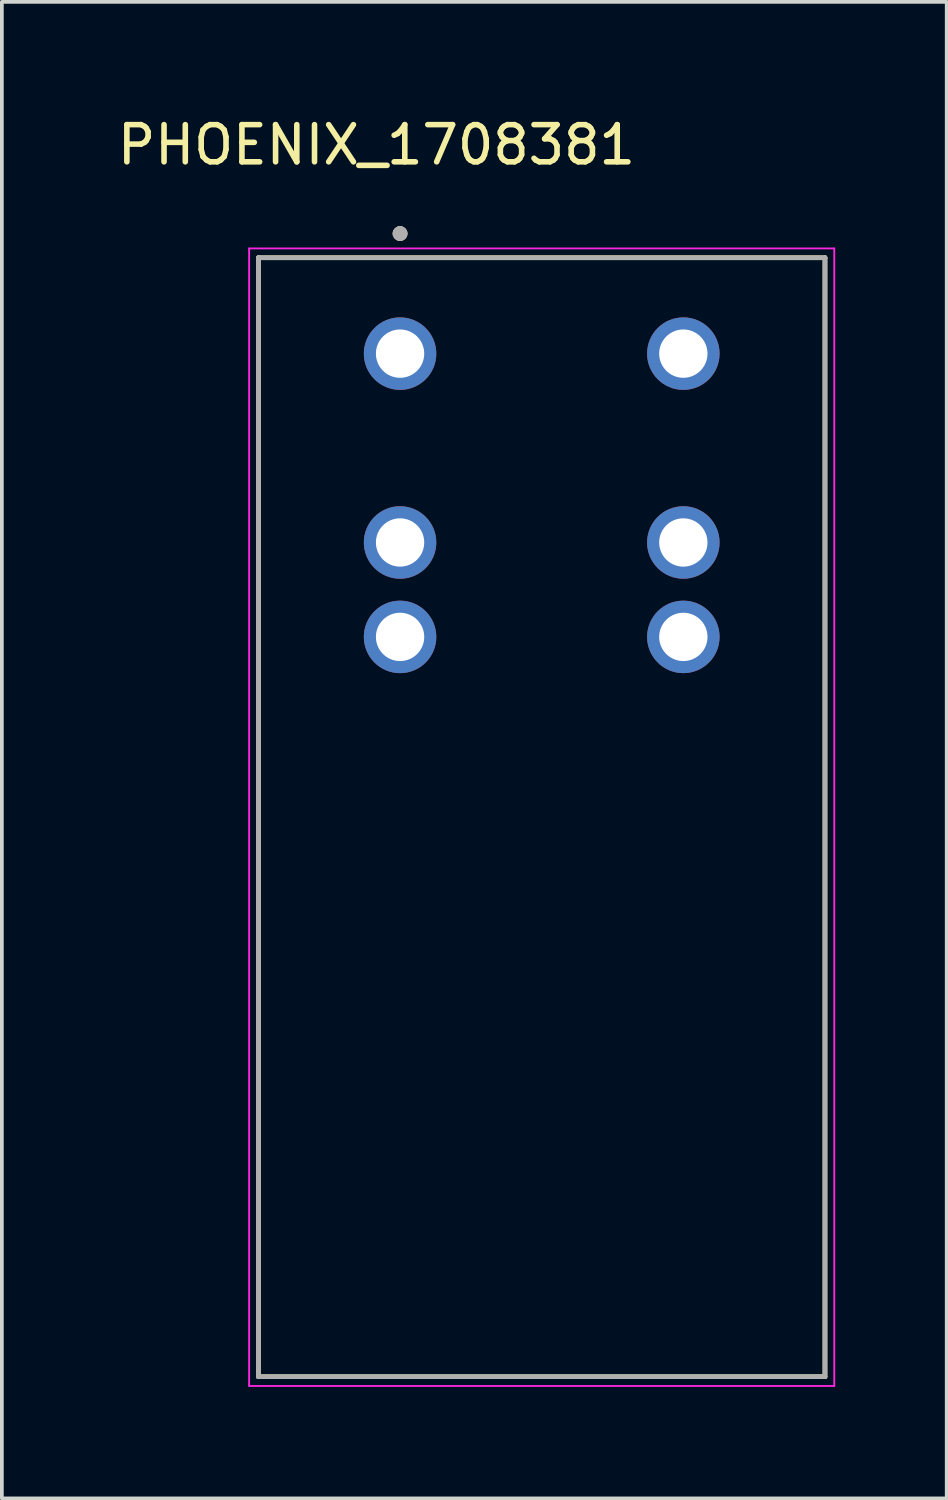
<source format=kicad_pcb>
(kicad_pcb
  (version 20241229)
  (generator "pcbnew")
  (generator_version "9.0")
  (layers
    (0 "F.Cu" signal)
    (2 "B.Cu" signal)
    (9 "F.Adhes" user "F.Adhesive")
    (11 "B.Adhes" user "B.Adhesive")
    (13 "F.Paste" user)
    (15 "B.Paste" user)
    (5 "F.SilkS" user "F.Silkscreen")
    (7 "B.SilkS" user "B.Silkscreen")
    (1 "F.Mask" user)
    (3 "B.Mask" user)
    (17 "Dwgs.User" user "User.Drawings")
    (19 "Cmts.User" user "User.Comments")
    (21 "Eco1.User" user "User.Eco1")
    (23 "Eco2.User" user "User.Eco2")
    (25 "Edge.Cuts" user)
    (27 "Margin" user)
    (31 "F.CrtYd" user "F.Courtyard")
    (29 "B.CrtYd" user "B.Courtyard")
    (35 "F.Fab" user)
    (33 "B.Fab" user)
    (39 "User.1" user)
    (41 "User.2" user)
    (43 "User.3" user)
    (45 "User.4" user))
  (footprint "PHOENIX_1708381"
    (layer "F.Cu")
    (at 3.902 33.983)
    (property "Reference" "PHOENIX_1708381" (at 3.175 -33.135 0) (layer "F.SilkS") (effects (font (size 1 1) (thickness 0.15))))
    (attr through_hole)
    (fp_line (start 0 -30.1) (end 0 0) (stroke (width 0.127) (type solid)) (layer "F.SilkS"))
    (fp_line (start 0 0) (end 15.24 0) (stroke (width 0.127) (type solid)) (layer "F.SilkS"))
    (fp_line (start 15.24 -30.1) (end 0 -30.1) (stroke (width 0.127) (type solid)) (layer "F.SilkS"))
    (fp_line (start 15.24 0) (end 15.24 -30.1) (stroke (width 0.127) (type solid)) (layer "F.SilkS"))
    (fp_circle (center 3.81 -30.75) (end 3.91 -30.75) (stroke (width 0.2) (type solid)) (fill no) (layer "F.SilkS"))
    (fp_line (start -0.25 -30.35) (end -0.25 0.25) (stroke (width 0.05) (type solid)) (layer "F.CrtYd"))
    (fp_line (start -0.25 0.25) (end 15.49 0.25) (stroke (width 0.05) (type solid)) (layer "F.CrtYd"))
    (fp_line (start 15.49 -30.35) (end -0.25 -30.35) (stroke (width 0.05) (type solid)) (layer "F.CrtYd"))
    (fp_line (start 15.49 0.25) (end 15.49 -30.35) (stroke (width 0.05) (type solid)) (layer "F.CrtYd"))
    (fp_line (start 0 -30.1) (end 0 0) (stroke (width 0.127) (type solid)) (layer "F.Fab"))
    (fp_line (start 0 0) (end 15.24 0) (stroke (width 0.127) (type solid)) (layer "F.Fab"))
    (fp_line (start 15.24 -30.1) (end 0 -30.1) (stroke (width 0.127) (type solid)) (layer "F.Fab"))
    (fp_line (start 15.24 0) (end 15.24 -30.1) (stroke (width 0.127) (type solid)) (layer "F.Fab"))
    (fp_circle (center 3.81 -30.75) (end 3.91 -30.75) (stroke (width 0.2) (type solid)) (fill no) (layer "F.Fab"))
    (pad "1_1" thru_hole circle (at 3.81 -27.52) (size 1.95 1.95) (drill 1.3) (layers "*.Cu" "*.Mask"))
    (pad "1_2" thru_hole circle (at 3.81 -22.44) (size 1.95 1.95) (drill 1.3) (layers "*.Cu" "*.Mask"))
    (pad "1_3" thru_hole circle (at 3.81 -19.9) (size 1.95 1.95) (drill 1.3) (layers "*.Cu" "*.Mask"))
    (pad "2_1" thru_hole circle (at 11.43 -27.52) (size 1.95 1.95) (drill 1.3) (layers "*.Cu" "*.Mask"))
    (pad "2_2" thru_hole circle (at 11.43 -22.44) (size 1.95 1.95) (drill 1.3) (layers "*.Cu" "*.Mask"))
    (pad "2_3" thru_hole circle (at 11.43 -19.9) (size 1.95 1.95) (drill 1.3) (layers "*.Cu" "*.Mask")))
  (gr_rect
    (start -3 -3)
    (end 22.417 37.258)
    (stroke (width 0.1) (type default))
    (fill no)
    (layer "Edge.Cuts")))
</source>
